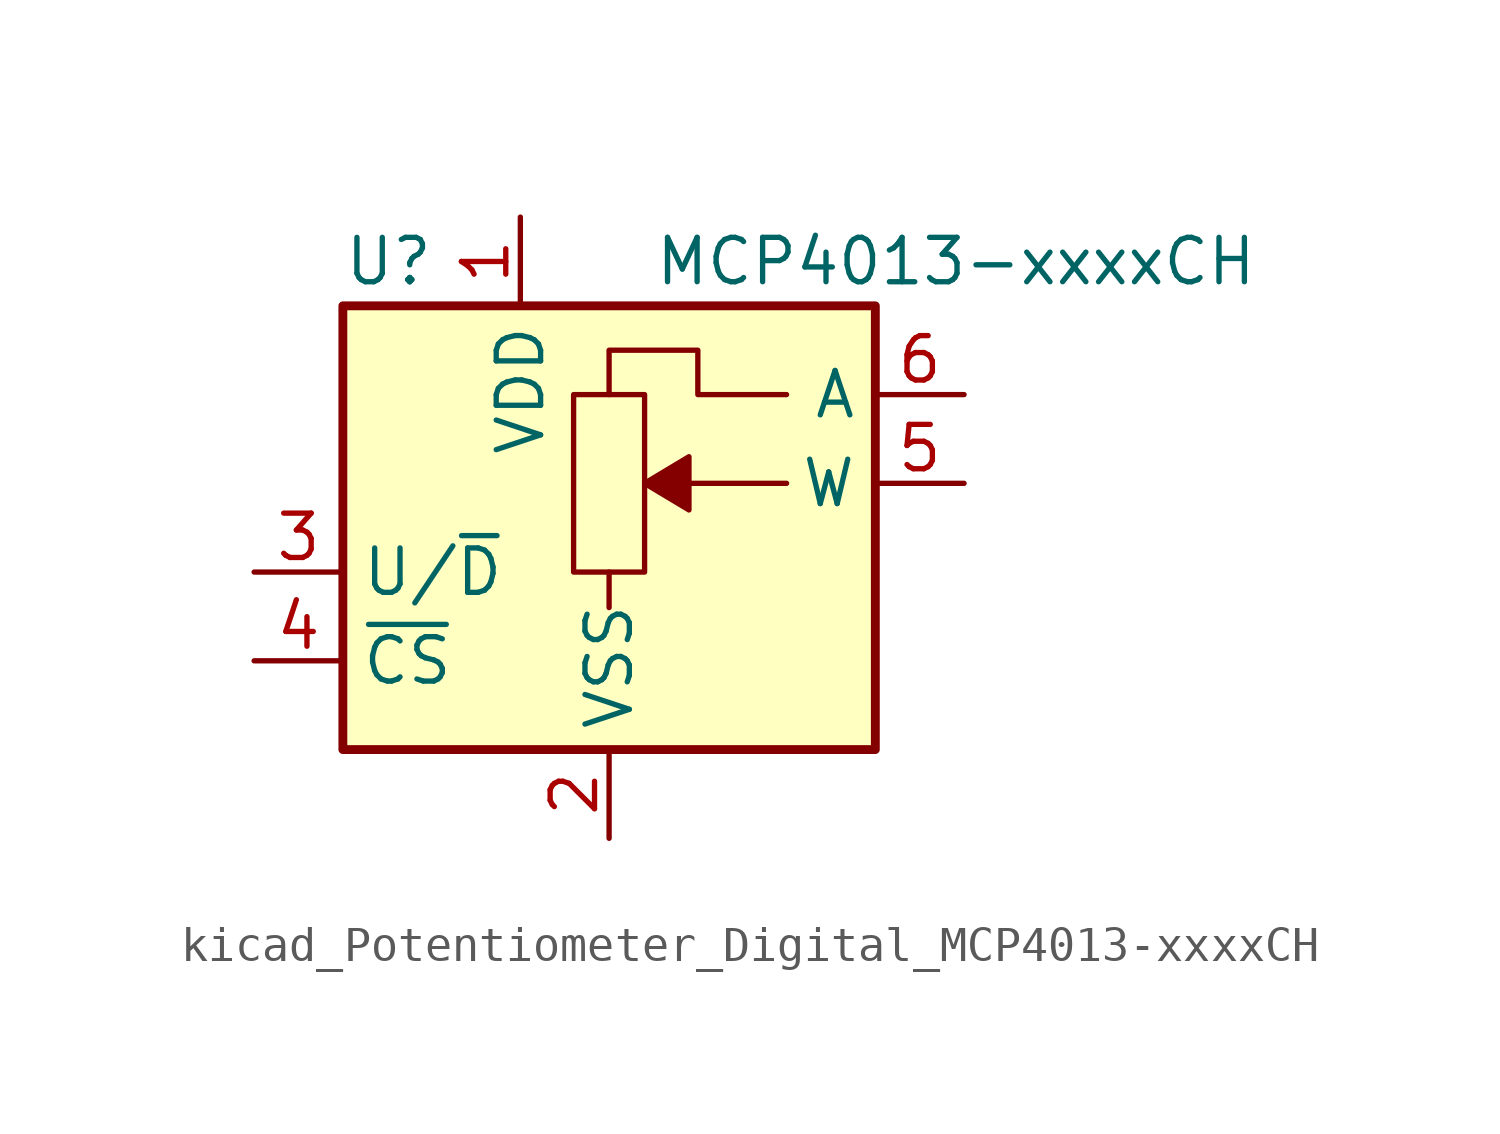
<source format=kicad_sym>
(kicad_symbol_lib
  (version 20220914)
  (generator kicad_symbol_editor)
  (symbol "kicad_Potentiometer_Digital_MCP4013-xxxxCH"
    (property "Reference" "U"
      (at -7.62 8.89 0)
      (effects (font (size 1.27 1.27)) (justify left)))
    (property "Value" "MCP4013-xxxxCH"
      (at 1.27 8.89 0)
      (effects (font (size 1.27 1.27)) (justify left)))
    (symbol "kicad_Potentiometer_Digital_MCP4013-xxxxCH_0_1"
      (polyline (pts (xy 0 0) (xy 0 -1.016)) (stroke (width 0) (type default)) (fill (type none)))
      (polyline (pts (xy 5.08 5.08) (xy 2.54 5.08) (xy 2.54 6.35) (xy 0 6.35) (xy 0 5.08)) (stroke (width 0) (type default)) (fill (type none))))
    (symbol "kicad_Potentiometer_Digital_MCP4013-xxxxCH_1_1"
      (rectangle (start -7.62 7.62) (end 7.62 -5.08) (stroke (width 0.254) (type default)) (fill (type background)))
      (polyline (pts (xy 5.08 2.54) (xy 2.286 2.54)) (stroke (width 0) (type default)) (fill (type none)))
      (polyline (pts (xy 2.286 1.778) (xy 2.286 3.302) (xy 1.016 2.54) (xy 2.286 1.778)) (stroke (width 0) (type default)) (fill (type outline)))
      (rectangle (start 1.016 0) (end -1.016 5.08) (stroke (width 0) (type default)) (fill (type none)))
      (pin power_in line (at -2.54 10.16 270) (length 2.54) (name "VDD" (effects (font (size 1.27 1.27)))) (number "1" (effects (font (size 1.27 1.27)))))
      (pin power_in line (at 0 -7.62 90) (length 2.54) (name "VSS" (effects (font (size 1.27 1.27)))) (number "2" (effects (font (size 1.27 1.27)))))
      (pin input line (at -10.16 0 0) (length 2.54) (name "U/~{D}" (effects (font (size 1.27 1.27)))) (number "3" (effects (font (size 1.27 1.27)))))
      (pin input line (at -10.16 -2.54 0) (length 2.54) (name "~{CS}" (effects (font (size 1.27 1.27)))) (number "4" (effects (font (size 1.27 1.27)))))
      (pin passive line (at 10.16 2.54 180) (length 2.54) (name "W" (effects (font (size 1.27 1.27)))) (number "5" (effects (font (size 1.27 1.27)))))
      (pin passive line (at 10.16 5.08 180) (length 2.54) (name "A" (effects (font (size 1.27 1.27)))) (number "6" (effects (font (size 1.27 1.27))))))))
</source>
